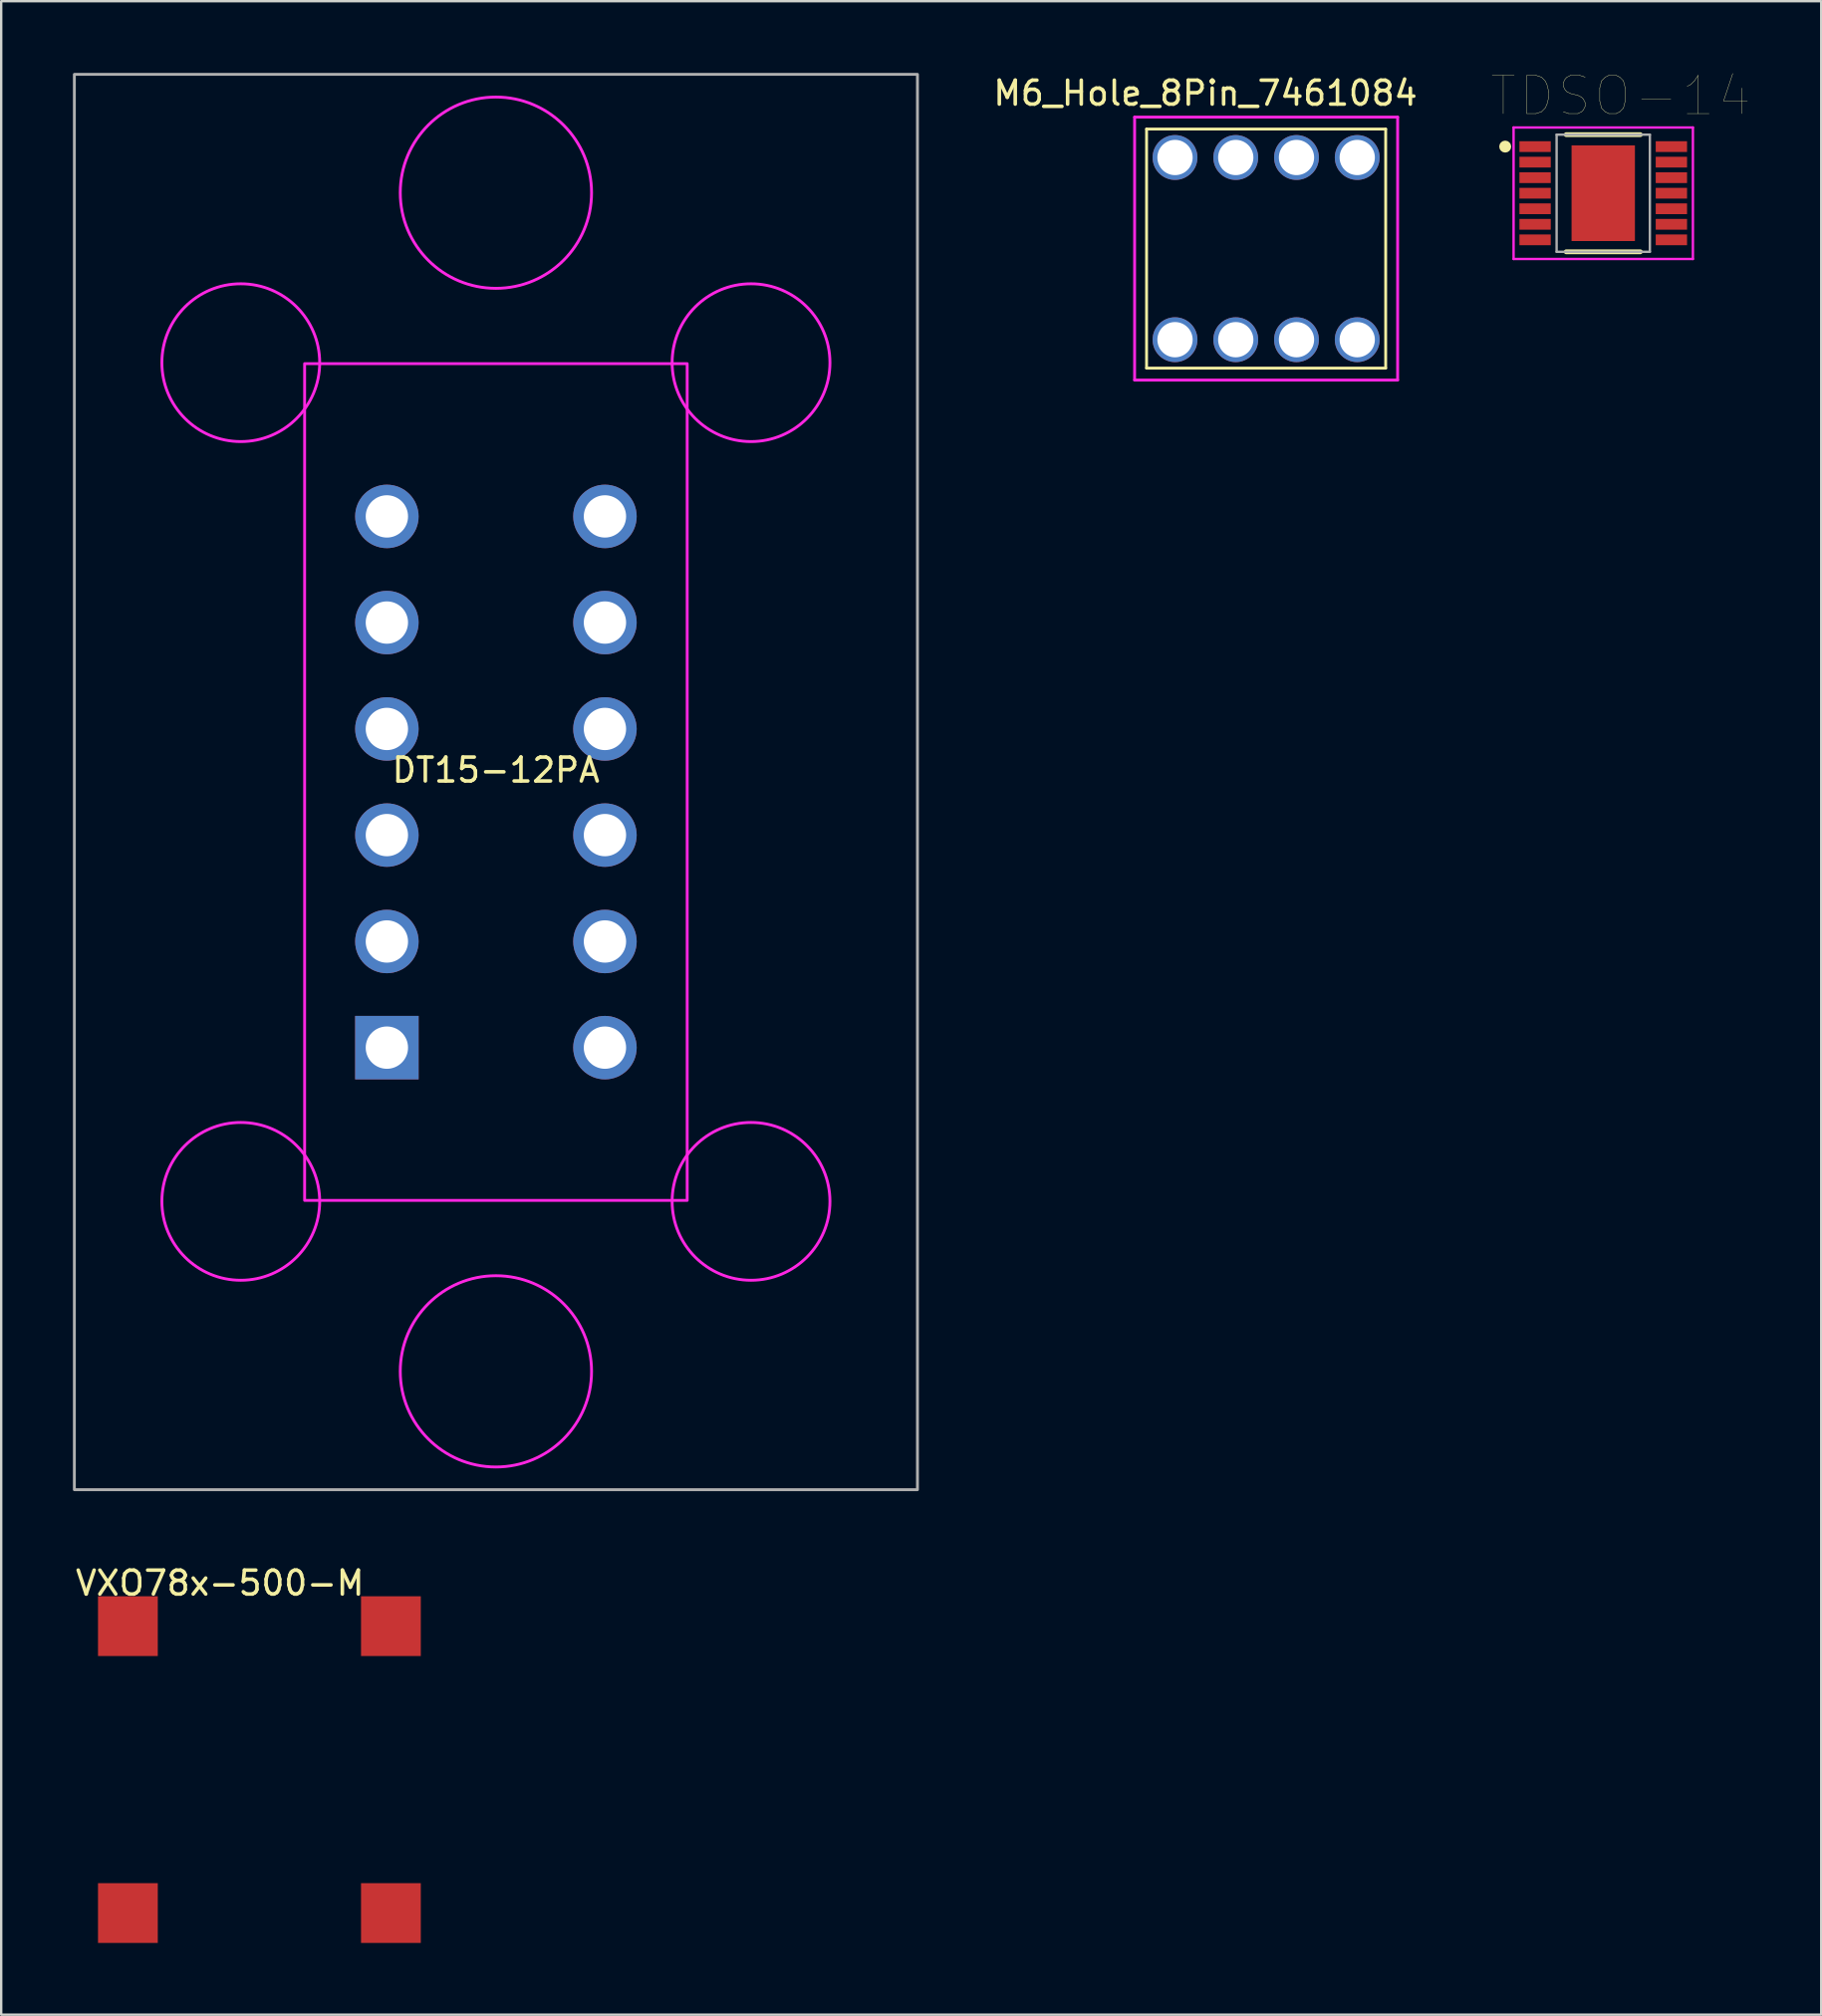
<source format=kicad_pcb>
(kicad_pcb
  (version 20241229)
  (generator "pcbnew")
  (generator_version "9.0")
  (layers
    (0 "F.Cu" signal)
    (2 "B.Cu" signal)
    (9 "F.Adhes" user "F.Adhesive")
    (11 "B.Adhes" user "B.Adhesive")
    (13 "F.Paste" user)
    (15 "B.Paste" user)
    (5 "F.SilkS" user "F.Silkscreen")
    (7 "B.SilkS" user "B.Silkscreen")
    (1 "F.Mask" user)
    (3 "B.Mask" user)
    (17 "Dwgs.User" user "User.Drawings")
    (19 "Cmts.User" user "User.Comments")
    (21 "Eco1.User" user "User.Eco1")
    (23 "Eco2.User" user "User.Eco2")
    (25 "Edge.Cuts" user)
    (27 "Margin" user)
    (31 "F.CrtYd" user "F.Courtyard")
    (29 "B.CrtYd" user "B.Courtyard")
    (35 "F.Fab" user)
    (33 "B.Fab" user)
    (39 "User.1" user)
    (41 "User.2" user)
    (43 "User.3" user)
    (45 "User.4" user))
  (footprint "DT15-12PA"
    (layer "F.Cu")
    (at 17.69 29.66)
    (property "Reference" "DT15-12PA" (at 0 -0.5 0) (unlocked yes) (layer "F.SilkS") (effects (font (size 1 1) (thickness 0.15))))
    (attr through_hole)
    (fp_rect (start -8 -17.5) (end 8 17.5) (stroke (width 0.12) (type default)) (fill no) (layer "F.CrtYd"))
    (fp_circle (center -10.67 -17.54) (end -7.37 -17.54) (stroke (width 0.12) (type default)) (fill no) (layer "F.CrtYd"))
    (fp_circle (center -10.67 17.54) (end -7.37 17.54) (stroke (width 0.12) (type default)) (fill no) (layer "F.CrtYd"))
    (fp_circle (center 0 -24.65) (end 4 -24.65) (stroke (width 0.12) (type default)) (fill no) (layer "F.CrtYd"))
    (fp_circle (center 0 24.65) (end 4 24.65) (stroke (width 0.12) (type default)) (fill no) (layer "F.CrtYd"))
    (fp_circle (center 10.67 -17.54) (end 13.97 -17.54) (stroke (width 0.12) (type default)) (fill no) (layer "F.CrtYd"))
    (fp_circle (center 10.67 17.54) (end 13.97 17.54) (stroke (width 0.12) (type default)) (fill no) (layer "F.CrtYd"))
    (fp_rect (start -17.63 -29.6) (end 17.63 29.6) (stroke (width 0.12) (type default)) (fill no) (layer "F.Fab"))
    (pad "1" thru_hole rect (at -4.56 11.11) (size 2.655 2.655) (drill 1.77) (layers "*.Cu" "*.Mask"))
    (pad "2" thru_hole circle (at -4.56 6.67) (size 2.655 2.655) (drill 1.77) (layers "*.Cu" "*.Mask"))
    (pad "3" thru_hole circle (at -4.56 2.22) (size 2.655 2.655) (drill 1.77) (layers "*.Cu" "*.Mask"))
    (pad "4" thru_hole circle (at -4.56 -2.22) (size 2.655 2.655) (drill 1.77) (layers "*.Cu" "*.Mask"))
    (pad "5" thru_hole circle (at -4.56 -6.67) (size 2.655 2.655) (drill 1.77) (layers "*.Cu" "*.Mask"))
    (pad "6" thru_hole circle (at -4.56 -11.11) (size 2.655 2.655) (drill 1.77) (layers "*.Cu" "*.Mask"))
    (pad "7" thru_hole circle (at 4.56 -11.11) (size 2.655 2.655) (drill 1.77) (layers "*.Cu" "*.Mask"))
    (pad "8" thru_hole circle (at 4.56 -6.67) (size 2.655 2.655) (drill 1.77) (layers "*.Cu" "*.Mask"))
    (pad "9" thru_hole circle (at 4.56 -2.22) (size 2.655 2.655) (drill 1.77) (layers "*.Cu" "*.Mask"))
    (pad "10" thru_hole circle (at 4.56 2.22) (size 2.655 2.655) (drill 1.77) (layers "*.Cu" "*.Mask"))
    (pad "11" thru_hole circle (at 4.56 6.67) (size 2.655 2.655) (drill 1.77) (layers "*.Cu" "*.Mask"))
    (pad "12" thru_hole circle (at 4.56 11.11) (size 2.655 2.655) (drill 1.77) (layers "*.Cu" "*.Mask")))
  (footprint "M6_Hole_8Pin_7461084"
    (layer "F.Cu")
    (at 49.902 7.348)
    (property "Reference" "M6_Hole_8Pin_7461084" (at -2.54 -6.5 0) (layer "F.SilkS") (effects (font (size 1 1) (thickness 0.15))))
    (attr through_hole)
    (fp_line (start -5 -5) (end 5 -5) (stroke (width 0.12) (type solid)) (layer "F.SilkS"))
    (fp_line (start -5 5) (end -5 -5) (stroke (width 0.12) (type solid)) (layer "F.SilkS"))
    (fp_line (start 5 -5) (end 5 5) (stroke (width 0.12) (type solid)) (layer "F.SilkS"))
    (fp_line (start 5 5) (end -5 5) (stroke (width 0.12) (type solid)) (layer "F.SilkS"))
    (fp_line (start -5.5 -5.5) (end 5.5 -5.5) (stroke (width 0.12) (type solid)) (layer "F.CrtYd"))
    (fp_line (start -5.5 5.5) (end -5.5 -5.5) (stroke (width 0.12) (type solid)) (layer "F.CrtYd"))
    (fp_line (start 5.5 -5.5) (end 5.5 5.5) (stroke (width 0.12) (type solid)) (layer "F.CrtYd"))
    (fp_line (start 5.5 5.5) (end -5.5 5.5) (stroke (width 0.12) (type solid)) (layer "F.CrtYd"))
    (pad "1" thru_hole circle (at -3.81 -3.81) (size 1.875 1.875) (drill 1.475) (layers "*.Cu" "*.Mask"))
    (pad "1" thru_hole circle (at -3.81 3.81) (size 1.875 1.875) (drill 1.475) (layers "*.Cu" "*.Mask"))
    (pad "1" thru_hole circle (at -1.27 -3.81) (size 1.875 1.875) (drill 1.475) (layers "*.Cu" "*.Mask"))
    (pad "1" thru_hole circle (at -1.27 3.81) (size 1.875 1.875) (drill 1.475) (layers "*.Cu" "*.Mask"))
    (pad "1" thru_hole circle (at 1.27 -3.81) (size 1.875 1.875) (drill 1.475) (layers "*.Cu" "*.Mask"))
    (pad "1" thru_hole circle (at 1.27 3.81) (size 1.875 1.875) (drill 1.475) (layers "*.Cu" "*.Mask"))
    (pad "1" thru_hole circle (at 3.81 -3.81) (size 1.875 1.875) (drill 1.475) (layers "*.Cu" "*.Mask"))
    (pad "1" thru_hole circle (at 3.81 3.81) (size 1.875 1.875) (drill 1.475) (layers "*.Cu" "*.Mask")))
  (footprint "TDSO-14"
    (layer "F.Cu")
    (at 64.001 5.032)
    (property "Reference" "TDSO-14" (at 0.73 -4.07 0) (layer "F.SilkS") (effects (font (size 1.6 1.6) (thickness 0.015))))
    (attr smd)
    (fp_line (start -1.55 -2.45) (end 1.55 -2.45) (stroke (width 0.2) (type solid)) (layer "F.SilkS"))
    (fp_line (start -1.55 2.45) (end 1.55 2.45) (stroke (width 0.2) (type solid)) (layer "F.SilkS"))
    (fp_circle (center -4.1 -1.95) (end -3.975 -1.95) (stroke (width 0.25) (type solid)) (fill no) (layer "F.SilkS"))
    (fp_poly (pts (xy -1.325 -2) (xy 1.325 -2) (xy 1.325 -0.15) (xy -1.325 -0.15)) (stroke (width 0.01) (type solid)) (fill yes) (layer "F.Paste"))
    (fp_poly (pts (xy -1.325 0.15) (xy 1.325 0.15) (xy 1.325 2) (xy -1.325 2)) (stroke (width 0.01) (type solid)) (fill yes) (layer "F.Paste"))
    (fp_line (start -3.75 -2.75) (end 3.75 -2.75) (stroke (width 0.1) (type solid)) (layer "F.CrtYd"))
    (fp_line (start -3.75 2.75) (end -3.75 -2.75) (stroke (width 0.1) (type solid)) (layer "F.CrtYd"))
    (fp_line (start -3.75 2.75) (end 3.75 2.75) (stroke (width 0.1) (type solid)) (layer "F.CrtYd"))
    (fp_line (start 3.75 2.75) (end 3.75 -2.75) (stroke (width 0.1) (type solid)) (layer "F.CrtYd"))
    (fp_line (start -1.95 -2.45) (end 1.95 -2.45) (stroke (width 0.1) (type solid)) (layer "F.Fab"))
    (fp_line (start -1.95 2.45) (end -1.95 -2.45) (stroke (width 0.1) (type solid)) (layer "F.Fab"))
    (fp_line (start -1.95 2.45) (end 1.95 2.45) (stroke (width 0.1) (type solid)) (layer "F.Fab"))
    (fp_line (start 1.95 2.45) (end 1.95 -2.45) (stroke (width 0.1) (type solid)) (layer "F.Fab"))
    (pad "1" smd rect (at -2.85 -1.95) (size 1.31 0.45) (layers "F.Cu" "F.Mask" "F.Paste"))
    (pad "2" smd rect (at -2.85 -1.3) (size 1.31 0.45) (layers "F.Cu" "F.Mask" "F.Paste"))
    (pad "3" smd rect (at -2.85 -0.65) (size 1.31 0.45) (layers "F.Cu" "F.Mask" "F.Paste"))
    (pad "4" smd rect (at -2.85 0) (size 1.31 0.45) (layers "F.Cu" "F.Mask" "F.Paste"))
    (pad "5" smd rect (at -2.85 0.65) (size 1.31 0.45) (layers "F.Cu" "F.Mask" "F.Paste"))
    (pad "6" smd rect (at -2.85 1.3) (size 1.31 0.45) (layers "F.Cu" "F.Mask" "F.Paste"))
    (pad "7" smd rect (at -2.85 1.95) (size 1.31 0.45) (layers "F.Cu" "F.Mask" "F.Paste"))
    (pad "8" smd rect (at 2.85 1.95) (size 1.31 0.45) (layers "F.Cu" "F.Mask" "F.Paste"))
    (pad "9" smd rect (at 2.85 1.3) (size 1.31 0.45) (layers "F.Cu" "F.Mask" "F.Paste"))
    (pad "10" smd rect (at 2.85 0.65) (size 1.31 0.45) (layers "F.Cu" "F.Mask" "F.Paste"))
    (pad "11" smd rect (at 2.85 0) (size 1.31 0.45) (layers "F.Cu" "F.Mask" "F.Paste"))
    (pad "12" smd rect (at 2.85 -0.65) (size 1.31 0.45) (layers "F.Cu" "F.Mask" "F.Paste"))
    (pad "13" smd rect (at 2.85 -1.3) (size 1.31 0.45) (layers "F.Cu" "F.Mask" "F.Paste"))
    (pad "14" smd rect (at 2.85 -1.95) (size 1.31 0.45) (layers "F.Cu" "F.Mask" "F.Paste"))
    (pad "15" smd rect (at 0 0) (size 2.65 4) (layers "F.Cu" "F.Mask")))
  (footprint "VXO78x-500-M"
    (layer "F.Cu")
    (at 7.799 70.968)
    (property "Reference" "VXO78x-500-M" (at -1.65 -7.8 180) (layer "F.SilkS") (effects (font (size 1 1) (thickness 0.15))))
    (attr through_hole)
    (pad "1" smd rect (at -5.5 -6) (size 2.5 2.5) (layers "F.Cu" "F.Mask" "F.Paste"))
    (pad "2" smd rect (at 5.5 -6) (size 2.5 2.5) (layers "F.Cu" "F.Mask" "F.Paste"))
    (pad "3" smd rect (at 5.5 6) (size 2.5 2.5) (layers "F.Cu" "F.Mask" "F.Paste"))
    (pad "4" smd rect (at -5.5 6) (size 2.5 2.5) (layers "F.Cu" "F.Mask" "F.Paste")))
  (gr_rect
    (start -3 -3)
    (end 73.117 81.218)
    (stroke (width 0.1) (type default))
    (fill no)
    (layer "Edge.Cuts")))
</source>
